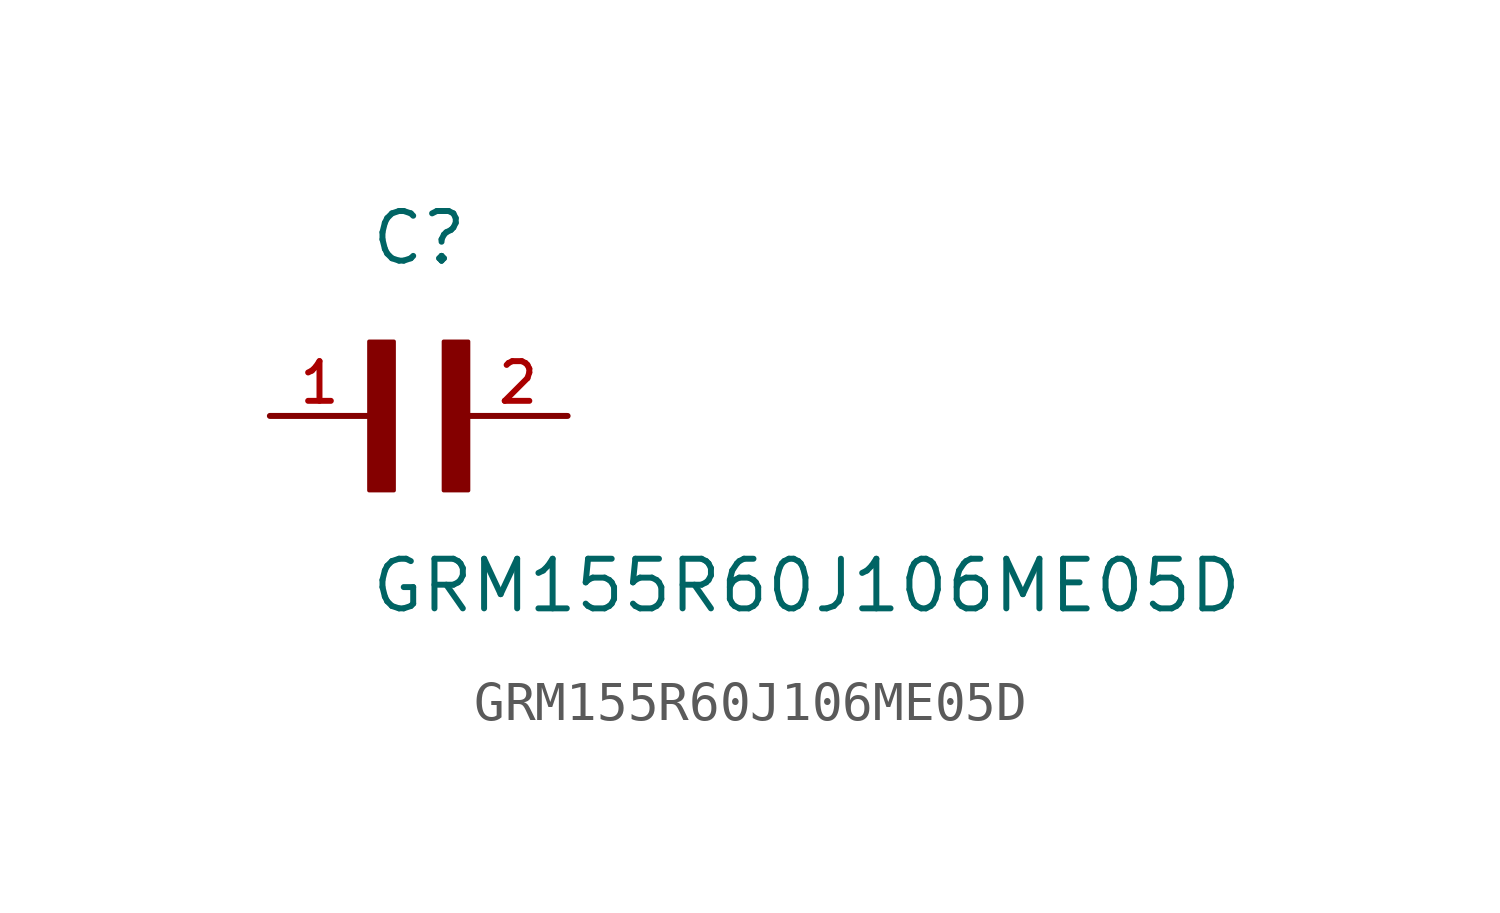
<source format=kicad_sym>
(kicad_symbol_lib
  (version 20211014)
  (generator kicad_symbol_editor)
  (symbol "GRM155R60J106ME05D"
    (pin_names
      (offset 1.016))
    (property "Reference" "C"
      (at 0.0 3.811 0)
      (effects (font (size 1.27 1.27)) (justify bottom left)))
    (property "Value" "GRM155R60J106ME05D"
      (at 0.0 -5.088 0)
      (effects (font (size 1.27 1.27)) (justify bottom left)))
    (symbol "GRM155R60J106ME05D_0_0"
      (rectangle (start 0.0 -1.907) (end 0.635 1.905) (stroke (width 0.1)) (fill (type outline)))
      (rectangle (start 1.907 -1.907) (end 2.54 1.905) (stroke (width 0.1)) (fill (type outline)))
      (pin passive line (at 5.08 0.0 180.0) (length 2.54) (name "~" (effects (font (size 1.016 1.016)))) (number "2" (effects (font (size 1.016 1.016)))))
      (pin passive line (at -2.54 0.0 0) (length 2.54) (name "~" (effects (font (size 1.016 1.016)))) (number "1" (effects (font (size 1.016 1.016))))))))
</source>
